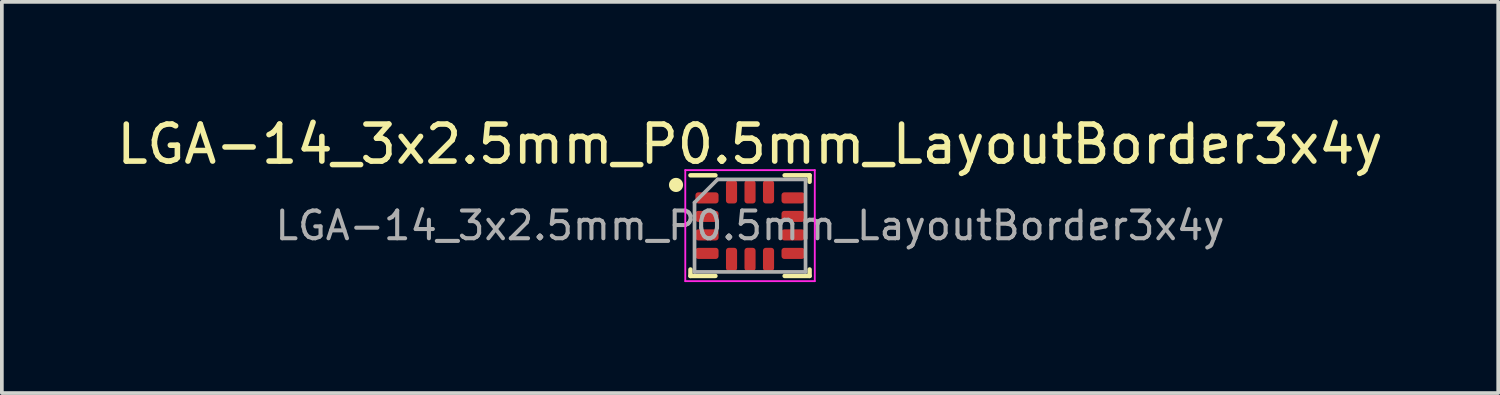
<source format=kicad_pcb>
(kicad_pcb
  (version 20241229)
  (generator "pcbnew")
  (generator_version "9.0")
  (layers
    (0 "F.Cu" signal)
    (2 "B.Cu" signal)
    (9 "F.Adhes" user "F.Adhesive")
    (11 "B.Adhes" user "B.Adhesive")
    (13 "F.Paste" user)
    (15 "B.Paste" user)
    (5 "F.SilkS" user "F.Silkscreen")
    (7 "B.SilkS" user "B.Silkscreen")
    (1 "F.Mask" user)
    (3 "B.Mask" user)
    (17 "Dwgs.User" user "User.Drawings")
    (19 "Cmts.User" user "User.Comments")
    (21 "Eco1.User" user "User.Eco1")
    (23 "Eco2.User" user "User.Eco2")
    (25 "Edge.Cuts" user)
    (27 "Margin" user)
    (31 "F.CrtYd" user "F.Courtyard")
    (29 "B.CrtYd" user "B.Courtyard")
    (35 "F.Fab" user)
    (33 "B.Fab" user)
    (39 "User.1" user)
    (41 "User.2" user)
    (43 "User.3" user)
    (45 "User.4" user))
  (footprint "LGA-14_3x2.5mm_P0.5mm_LayoutBorder3x4y"
    (layer "F.Cu")
    (at 17.22 3.048)
    (property "Reference" "LGA-14_3x2.5mm_P0.5mm_LayoutBorder3x4y" (at 0 -2.2 0) (layer "F.SilkS") (effects (font (size 1 1) (thickness 0.15))))
    (attr smd)
    (fp_line (start -1.61 1.36) (end -1.61 1.185) (stroke (width 0.12) (type solid)) (layer "F.SilkS"))
    (fp_line (start -0.935 -1.36) (end -1.61 -1.36) (stroke (width 0.12) (type solid)) (layer "F.SilkS"))
    (fp_line (start -0.935 1.36) (end -1.61 1.36) (stroke (width 0.12) (type solid)) (layer "F.SilkS"))
    (fp_line (start 0.935 -1.36) (end 1.61 -1.36) (stroke (width 0.12) (type solid)) (layer "F.SilkS"))
    (fp_line (start 0.935 1.36) (end 1.61 1.36) (stroke (width 0.12) (type solid)) (layer "F.SilkS"))
    (fp_line (start 1.61 -1.36) (end 1.61 -1.185) (stroke (width 0.12) (type solid)) (layer "F.SilkS"))
    (fp_line (start 1.61 1.36) (end 1.61 1.185) (stroke (width 0.12) (type solid)) (layer "F.SilkS"))
    (fp_circle (center -2 -1.1) (end -1.859 -1.1) (stroke (width 0.1) (type solid)) (fill yes) (layer "F.SilkS"))
    (fp_line (start -1.75 -1.5) (end -1.75 1.5) (stroke (width 0.05) (type solid)) (layer "F.CrtYd"))
    (fp_line (start -1.75 1.5) (end 1.75 1.5) (stroke (width 0.05) (type solid)) (layer "F.CrtYd"))
    (fp_line (start 1.75 -1.5) (end -1.75 -1.5) (stroke (width 0.05) (type solid)) (layer "F.CrtYd"))
    (fp_line (start 1.75 1.5) (end 1.75 -1.5) (stroke (width 0.05) (type solid)) (layer "F.CrtYd"))
    (fp_line (start -1.5 -0.625) (end -0.875 -1.25) (stroke (width 0.1) (type solid)) (layer "F.Fab"))
    (fp_line (start -1.5 1.25) (end -1.5 -0.625) (stroke (width 0.1) (type solid)) (layer "F.Fab"))
    (fp_line (start -0.875 -1.25) (end 1.5 -1.25) (stroke (width 0.1) (type solid)) (layer "F.Fab"))
    (fp_line (start 1.5 -1.25) (end 1.5 1.25) (stroke (width 0.1) (type solid)) (layer "F.Fab"))
    (fp_line (start 1.5 1.25) (end -1.5 1.25) (stroke (width 0.1) (type solid)) (layer "F.Fab"))
    (fp_text user "${REFERENCE}" (at 0 0 0) (layer "F.Fab") (effects (font (size 0.75 0.75) (thickness 0.11))))
    (pad "1" smd roundrect (at -1.163 -0.75) (size 0.625 0.3) (layers "F.Cu" "F.Mask" "F.Paste") (roundrect_rratio 0.25))
    (pad "2" smd roundrect (at -1.163 -0.25) (size 0.625 0.3) (layers "F.Cu" "F.Mask" "F.Paste") (roundrect_rratio 0.25))
    (pad "3" smd roundrect (at -1.163 0.25) (size 0.625 0.3) (layers "F.Cu" "F.Mask" "F.Paste") (roundrect_rratio 0.25))
    (pad "4" smd roundrect (at -1.163 0.75) (size 0.625 0.3) (layers "F.Cu" "F.Mask" "F.Paste") (roundrect_rratio 0.25))
    (pad "5" smd roundrect (at -0.5 0.912) (size 0.3 0.625) (layers "F.Cu" "F.Mask" "F.Paste") (roundrect_rratio 0.25))
    (pad "6" smd roundrect (at 0 0.912) (size 0.3 0.625) (layers "F.Cu" "F.Mask" "F.Paste") (roundrect_rratio 0.25))
    (pad "7" smd roundrect (at 0.5 0.912) (size 0.3 0.625) (layers "F.Cu" "F.Mask" "F.Paste") (roundrect_rratio 0.25))
    (pad "8" smd roundrect (at 1.163 0.75) (size 0.625 0.3) (layers "F.Cu" "F.Mask" "F.Paste") (roundrect_rratio 0.25))
    (pad "9" smd roundrect (at 1.163 0.25) (size 0.625 0.3) (layers "F.Cu" "F.Mask" "F.Paste") (roundrect_rratio 0.25))
    (pad "10" smd roundrect (at 1.163 -0.25) (size 0.625 0.3) (layers "F.Cu" "F.Mask" "F.Paste") (roundrect_rratio 0.25))
    (pad "11" smd roundrect (at 1.163 -0.75) (size 0.625 0.3) (layers "F.Cu" "F.Mask" "F.Paste") (roundrect_rratio 0.25))
    (pad "12" smd roundrect (at 0.5 -0.912) (size 0.3 0.625) (layers "F.Cu" "F.Mask" "F.Paste") (roundrect_rratio 0.25))
    (pad "13" smd roundrect (at 0 -0.912) (size 0.3 0.625) (layers "F.Cu" "F.Mask" "F.Paste") (roundrect_rratio 0.25))
    (pad "14" smd roundrect (at -0.5 -0.912) (size 0.3 0.625) (layers "F.Cu" "F.Mask" "F.Paste") (roundrect_rratio 0.25)))
  (gr_rect
    (start -3 -3)
    (end 37.44 7.573)
    (stroke (width 0.1) (type default))
    (fill no)
    (layer "Edge.Cuts")))
</source>
